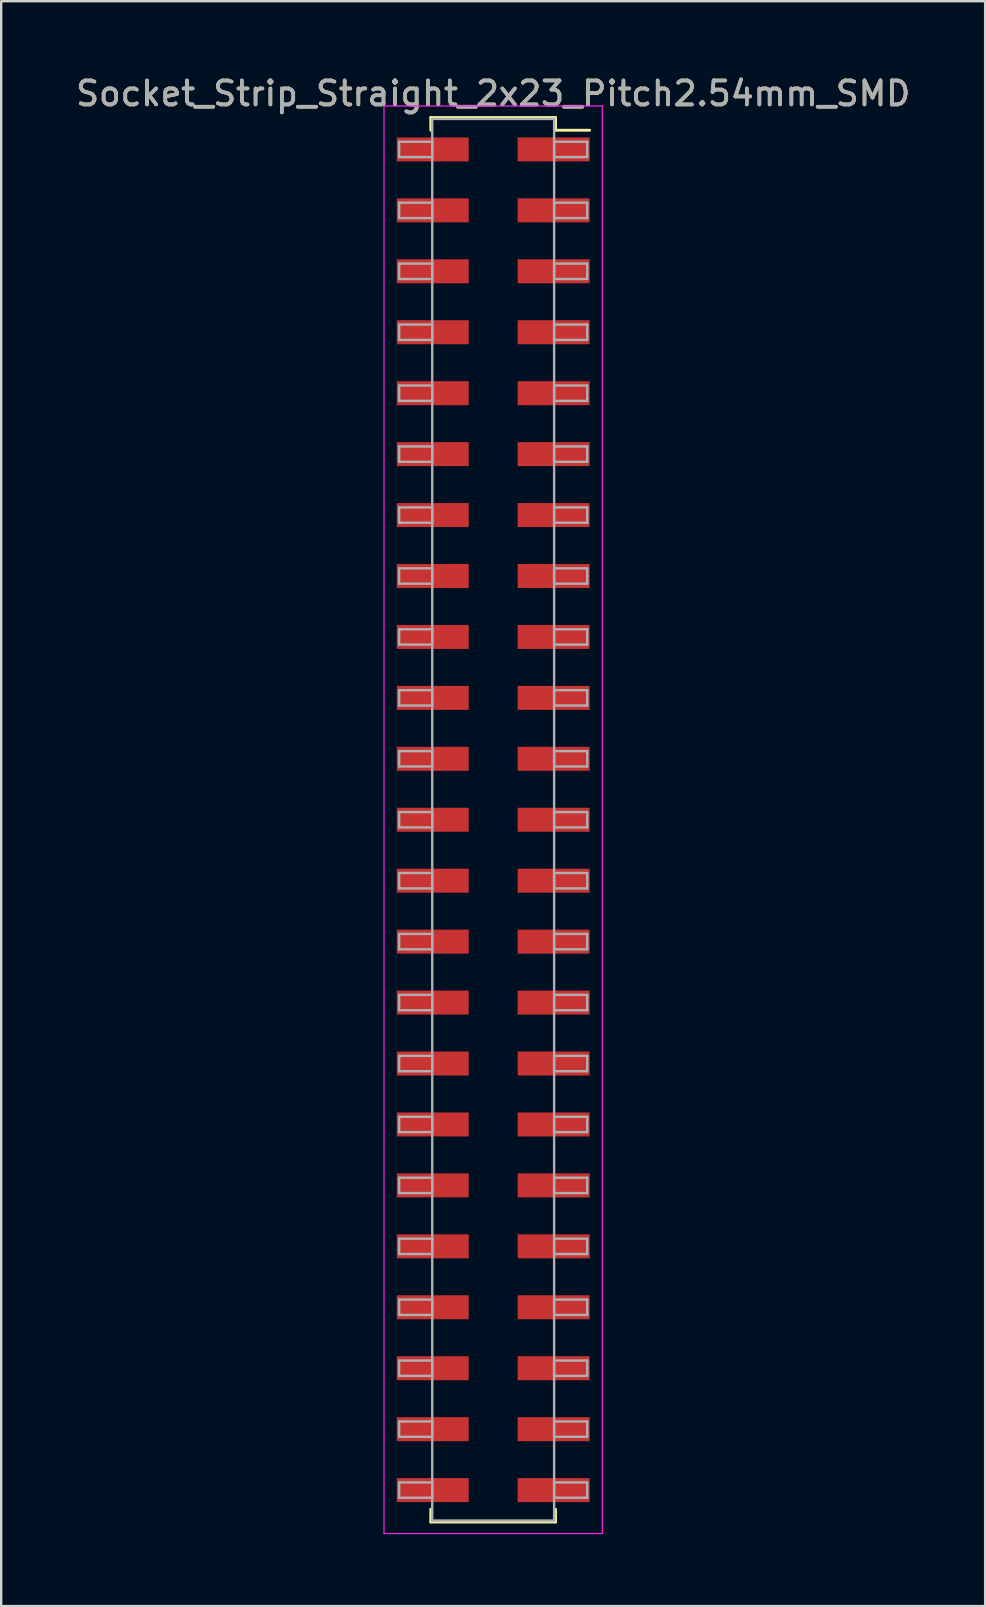
<source format=kicad_pcb>
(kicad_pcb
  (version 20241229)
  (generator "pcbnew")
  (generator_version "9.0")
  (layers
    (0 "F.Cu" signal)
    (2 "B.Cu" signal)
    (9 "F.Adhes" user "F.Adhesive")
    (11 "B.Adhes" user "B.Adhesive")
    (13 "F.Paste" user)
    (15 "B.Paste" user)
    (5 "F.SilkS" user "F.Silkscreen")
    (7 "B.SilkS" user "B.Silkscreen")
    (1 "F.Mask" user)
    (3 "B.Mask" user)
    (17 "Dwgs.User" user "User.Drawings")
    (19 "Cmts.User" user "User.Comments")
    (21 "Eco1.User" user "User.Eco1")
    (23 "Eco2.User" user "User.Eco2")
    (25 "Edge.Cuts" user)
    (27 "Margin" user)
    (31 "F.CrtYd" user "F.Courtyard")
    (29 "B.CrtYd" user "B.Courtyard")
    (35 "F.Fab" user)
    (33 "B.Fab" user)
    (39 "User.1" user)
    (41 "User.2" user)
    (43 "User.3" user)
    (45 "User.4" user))
  (footprint "Socket_Strip_Straight_2x23_Pitch2.54mm_SMD"
    (layer "F.Cu")
    (at 17.506 31.118)
    (property "Reference" "Socket_Strip_Straight_2x23_Pitch2.54mm_SMD" (at 0 -30.27 0) (layer "F.SilkS") (effects (font (size 1 1) (thickness 0.15))))
    (attr smd)
    (fp_line (start -2.6 -29.27) (end 2.6 -29.27) (stroke (width 0.12) (type solid)) (layer "F.SilkS"))
    (fp_line (start -2.6 -28.74) (end -2.6 -29.27) (stroke (width 0.12) (type solid)) (layer "F.SilkS"))
    (fp_line (start -2.6 28.74) (end -2.6 29.27) (stroke (width 0.12) (type solid)) (layer "F.SilkS"))
    (fp_line (start -2.6 29.27) (end 2.6 29.27) (stroke (width 0.12) (type solid)) (layer "F.SilkS"))
    (fp_line (start 2.6 -29.27) (end 2.6 -28.74) (stroke (width 0.12) (type solid)) (layer "F.SilkS"))
    (fp_line (start 2.6 29.27) (end 2.6 28.74) (stroke (width 0.12) (type solid)) (layer "F.SilkS"))
    (fp_line (start 4.02 -28.74) (end 2.6 -28.74) (stroke (width 0.12) (type solid)) (layer "F.SilkS"))
    (fp_line (start -4.55 -29.75) (end -4.55 29.75) (stroke (width 0.05) (type solid)) (layer "F.CrtYd"))
    (fp_line (start -4.55 29.75) (end 4.55 29.75) (stroke (width 0.05) (type solid)) (layer "F.CrtYd"))
    (fp_line (start 4.55 -29.75) (end -4.55 -29.75) (stroke (width 0.05) (type solid)) (layer "F.CrtYd"))
    (fp_line (start 4.55 29.75) (end 4.55 -29.75) (stroke (width 0.05) (type solid)) (layer "F.CrtYd"))
    (fp_line (start -3.92 -28.26) (end -2.54 -28.26) (stroke (width 0.1) (type solid)) (layer "F.Fab"))
    (fp_line (start -3.92 -27.62) (end -3.92 -28.26) (stroke (width 0.1) (type solid)) (layer "F.Fab"))
    (fp_line (start -3.92 -25.72) (end -2.54 -25.72) (stroke (width 0.1) (type solid)) (layer "F.Fab"))
    (fp_line (start -3.92 -25.08) (end -3.92 -25.72) (stroke (width 0.1) (type solid)) (layer "F.Fab"))
    (fp_line (start -3.92 -23.18) (end -2.54 -23.18) (stroke (width 0.1) (type solid)) (layer "F.Fab"))
    (fp_line (start -3.92 -22.54) (end -3.92 -23.18) (stroke (width 0.1) (type solid)) (layer "F.Fab"))
    (fp_line (start -3.92 -20.64) (end -2.54 -20.64) (stroke (width 0.1) (type solid)) (layer "F.Fab"))
    (fp_line (start -3.92 -20) (end -3.92 -20.64) (stroke (width 0.1) (type solid)) (layer "F.Fab"))
    (fp_line (start -3.92 -18.1) (end -2.54 -18.1) (stroke (width 0.1) (type solid)) (layer "F.Fab"))
    (fp_line (start -3.92 -17.46) (end -3.92 -18.1) (stroke (width 0.1) (type solid)) (layer "F.Fab"))
    (fp_line (start -3.92 -15.56) (end -2.54 -15.56) (stroke (width 0.1) (type solid)) (layer "F.Fab"))
    (fp_line (start -3.92 -14.92) (end -3.92 -15.56) (stroke (width 0.1) (type solid)) (layer "F.Fab"))
    (fp_line (start -3.92 -13.02) (end -2.54 -13.02) (stroke (width 0.1) (type solid)) (layer "F.Fab"))
    (fp_line (start -3.92 -12.38) (end -3.92 -13.02) (stroke (width 0.1) (type solid)) (layer "F.Fab"))
    (fp_line (start -3.92 -10.48) (end -2.54 -10.48) (stroke (width 0.1) (type solid)) (layer "F.Fab"))
    (fp_line (start -3.92 -9.84) (end -3.92 -10.48) (stroke (width 0.1) (type solid)) (layer "F.Fab"))
    (fp_line (start -3.92 -7.94) (end -2.54 -7.94) (stroke (width 0.1) (type solid)) (layer "F.Fab"))
    (fp_line (start -3.92 -7.3) (end -3.92 -7.94) (stroke (width 0.1) (type solid)) (layer "F.Fab"))
    (fp_line (start -3.92 -5.4) (end -2.54 -5.4) (stroke (width 0.1) (type solid)) (layer "F.Fab"))
    (fp_line (start -3.92 -4.76) (end -3.92 -5.4) (stroke (width 0.1) (type solid)) (layer "F.Fab"))
    (fp_line (start -3.92 -2.86) (end -2.54 -2.86) (stroke (width 0.1) (type solid)) (layer "F.Fab"))
    (fp_line (start -3.92 -2.22) (end -3.92 -2.86) (stroke (width 0.1) (type solid)) (layer "F.Fab"))
    (fp_line (start -3.92 -0.32) (end -2.54 -0.32) (stroke (width 0.1) (type solid)) (layer "F.Fab"))
    (fp_line (start -3.92 0.32) (end -3.92 -0.32) (stroke (width 0.1) (type solid)) (layer "F.Fab"))
    (fp_line (start -3.92 2.22) (end -2.54 2.22) (stroke (width 0.1) (type solid)) (layer "F.Fab"))
    (fp_line (start -3.92 2.86) (end -3.92 2.22) (stroke (width 0.1) (type solid)) (layer "F.Fab"))
    (fp_line (start -3.92 4.76) (end -2.54 4.76) (stroke (width 0.1) (type solid)) (layer "F.Fab"))
    (fp_line (start -3.92 5.4) (end -3.92 4.76) (stroke (width 0.1) (type solid)) (layer "F.Fab"))
    (fp_line (start -3.92 7.3) (end -2.54 7.3) (stroke (width 0.1) (type solid)) (layer "F.Fab"))
    (fp_line (start -3.92 7.94) (end -3.92 7.3) (stroke (width 0.1) (type solid)) (layer "F.Fab"))
    (fp_line (start -3.92 9.84) (end -2.54 9.84) (stroke (width 0.1) (type solid)) (layer "F.Fab"))
    (fp_line (start -3.92 10.48) (end -3.92 9.84) (stroke (width 0.1) (type solid)) (layer "F.Fab"))
    (fp_line (start -3.92 12.38) (end -2.54 12.38) (stroke (width 0.1) (type solid)) (layer "F.Fab"))
    (fp_line (start -3.92 13.02) (end -3.92 12.38) (stroke (width 0.1) (type solid)) (layer "F.Fab"))
    (fp_line (start -3.92 14.92) (end -2.54 14.92) (stroke (width 0.1) (type solid)) (layer "F.Fab"))
    (fp_line (start -3.92 15.56) (end -3.92 14.92) (stroke (width 0.1) (type solid)) (layer "F.Fab"))
    (fp_line (start -3.92 17.46) (end -2.54 17.46) (stroke (width 0.1) (type solid)) (layer "F.Fab"))
    (fp_line (start -3.92 18.1) (end -3.92 17.46) (stroke (width 0.1) (type solid)) (layer "F.Fab"))
    (fp_line (start -3.92 20) (end -2.54 20) (stroke (width 0.1) (type solid)) (layer "F.Fab"))
    (fp_line (start -3.92 20.64) (end -3.92 20) (stroke (width 0.1) (type solid)) (layer "F.Fab"))
    (fp_line (start -3.92 22.54) (end -2.54 22.54) (stroke (width 0.1) (type solid)) (layer "F.Fab"))
    (fp_line (start -3.92 23.18) (end -3.92 22.54) (stroke (width 0.1) (type solid)) (layer "F.Fab"))
    (fp_line (start -3.92 25.08) (end -2.54 25.08) (stroke (width 0.1) (type solid)) (layer "F.Fab"))
    (fp_line (start -3.92 25.72) (end -3.92 25.08) (stroke (width 0.1) (type solid)) (layer "F.Fab"))
    (fp_line (start -3.92 27.62) (end -2.54 27.62) (stroke (width 0.1) (type solid)) (layer "F.Fab"))
    (fp_line (start -3.92 28.26) (end -3.92 27.62) (stroke (width 0.1) (type solid)) (layer "F.Fab"))
    (fp_line (start -2.54 -29.21) (end -2.54 29.21) (stroke (width 0.1) (type solid)) (layer "F.Fab"))
    (fp_line (start -2.54 -28.26) (end -2.54 -27.62) (stroke (width 0.1) (type solid)) (layer "F.Fab"))
    (fp_line (start -2.54 -27.62) (end -3.92 -27.62) (stroke (width 0.1) (type solid)) (layer "F.Fab"))
    (fp_line (start -2.54 -25.72) (end -2.54 -25.08) (stroke (width 0.1) (type solid)) (layer "F.Fab"))
    (fp_line (start -2.54 -25.08) (end -3.92 -25.08) (stroke (width 0.1) (type solid)) (layer "F.Fab"))
    (fp_line (start -2.54 -23.18) (end -2.54 -22.54) (stroke (width 0.1) (type solid)) (layer "F.Fab"))
    (fp_line (start -2.54 -22.54) (end -3.92 -22.54) (stroke (width 0.1) (type solid)) (layer "F.Fab"))
    (fp_line (start -2.54 -20.64) (end -2.54 -20) (stroke (width 0.1) (type solid)) (layer "F.Fab"))
    (fp_line (start -2.54 -20) (end -3.92 -20) (stroke (width 0.1) (type solid)) (layer "F.Fab"))
    (fp_line (start -2.54 -18.1) (end -2.54 -17.46) (stroke (width 0.1) (type solid)) (layer "F.Fab"))
    (fp_line (start -2.54 -17.46) (end -3.92 -17.46) (stroke (width 0.1) (type solid)) (layer "F.Fab"))
    (fp_line (start -2.54 -15.56) (end -2.54 -14.92) (stroke (width 0.1) (type solid)) (layer "F.Fab"))
    (fp_line (start -2.54 -14.92) (end -3.92 -14.92) (stroke (width 0.1) (type solid)) (layer "F.Fab"))
    (fp_line (start -2.54 -13.02) (end -2.54 -12.38) (stroke (width 0.1) (type solid)) (layer "F.Fab"))
    (fp_line (start -2.54 -12.38) (end -3.92 -12.38) (stroke (width 0.1) (type solid)) (layer "F.Fab"))
    (fp_line (start -2.54 -10.48) (end -2.54 -9.84) (stroke (width 0.1) (type solid)) (layer "F.Fab"))
    (fp_line (start -2.54 -9.84) (end -3.92 -9.84) (stroke (width 0.1) (type solid)) (layer "F.Fab"))
    (fp_line (start -2.54 -7.94) (end -2.54 -7.3) (stroke (width 0.1) (type solid)) (layer "F.Fab"))
    (fp_line (start -2.54 -7.3) (end -3.92 -7.3) (stroke (width 0.1) (type solid)) (layer "F.Fab"))
    (fp_line (start -2.54 -5.4) (end -2.54 -4.76) (stroke (width 0.1) (type solid)) (layer "F.Fab"))
    (fp_line (start -2.54 -4.76) (end -3.92 -4.76) (stroke (width 0.1) (type solid)) (layer "F.Fab"))
    (fp_line (start -2.54 -2.86) (end -2.54 -2.22) (stroke (width 0.1) (type solid)) (layer "F.Fab"))
    (fp_line (start -2.54 -2.22) (end -3.92 -2.22) (stroke (width 0.1) (type solid)) (layer "F.Fab"))
    (fp_line (start -2.54 -0.32) (end -2.54 0.32) (stroke (width 0.1) (type solid)) (layer "F.Fab"))
    (fp_line (start -2.54 0.32) (end -3.92 0.32) (stroke (width 0.1) (type solid)) (layer "F.Fab"))
    (fp_line (start -2.54 2.22) (end -2.54 2.86) (stroke (width 0.1) (type solid)) (layer "F.Fab"))
    (fp_line (start -2.54 2.86) (end -3.92 2.86) (stroke (width 0.1) (type solid)) (layer "F.Fab"))
    (fp_line (start -2.54 4.76) (end -2.54 5.4) (stroke (width 0.1) (type solid)) (layer "F.Fab"))
    (fp_line (start -2.54 5.4) (end -3.92 5.4) (stroke (width 0.1) (type solid)) (layer "F.Fab"))
    (fp_line (start -2.54 7.3) (end -2.54 7.94) (stroke (width 0.1) (type solid)) (layer "F.Fab"))
    (fp_line (start -2.54 7.94) (end -3.92 7.94) (stroke (width 0.1) (type solid)) (layer "F.Fab"))
    (fp_line (start -2.54 9.84) (end -2.54 10.48) (stroke (width 0.1) (type solid)) (layer "F.Fab"))
    (fp_line (start -2.54 10.48) (end -3.92 10.48) (stroke (width 0.1) (type solid)) (layer "F.Fab"))
    (fp_line (start -2.54 12.38) (end -2.54 13.02) (stroke (width 0.1) (type solid)) (layer "F.Fab"))
    (fp_line (start -2.54 13.02) (end -3.92 13.02) (stroke (width 0.1) (type solid)) (layer "F.Fab"))
    (fp_line (start -2.54 14.92) (end -2.54 15.56) (stroke (width 0.1) (type solid)) (layer "F.Fab"))
    (fp_line (start -2.54 15.56) (end -3.92 15.56) (stroke (width 0.1) (type solid)) (layer "F.Fab"))
    (fp_line (start -2.54 17.46) (end -2.54 18.1) (stroke (width 0.1) (type solid)) (layer "F.Fab"))
    (fp_line (start -2.54 18.1) (end -3.92 18.1) (stroke (width 0.1) (type solid)) (layer "F.Fab"))
    (fp_line (start -2.54 20) (end -2.54 20.64) (stroke (width 0.1) (type solid)) (layer "F.Fab"))
    (fp_line (start -2.54 20.64) (end -3.92 20.64) (stroke (width 0.1) (type solid)) (layer "F.Fab"))
    (fp_line (start -2.54 22.54) (end -2.54 23.18) (stroke (width 0.1) (type solid)) (layer "F.Fab"))
    (fp_line (start -2.54 23.18) (end -3.92 23.18) (stroke (width 0.1) (type solid)) (layer "F.Fab"))
    (fp_line (start -2.54 25.08) (end -2.54 25.72) (stroke (width 0.1) (type solid)) (layer "F.Fab"))
    (fp_line (start -2.54 25.72) (end -3.92 25.72) (stroke (width 0.1) (type solid)) (layer "F.Fab"))
    (fp_line (start -2.54 27.62) (end -2.54 28.26) (stroke (width 0.1) (type solid)) (layer "F.Fab"))
    (fp_line (start -2.54 28.26) (end -3.92 28.26) (stroke (width 0.1) (type solid)) (layer "F.Fab"))
    (fp_line (start -2.54 29.21) (end 2.54 29.21) (stroke (width 0.1) (type solid)) (layer "F.Fab"))
    (fp_line (start 2.54 -29.21) (end -2.54 -29.21) (stroke (width 0.1) (type solid)) (layer "F.Fab"))
    (fp_line (start 2.54 -28.26) (end 2.54 -27.62) (stroke (width 0.1) (type solid)) (layer "F.Fab"))
    (fp_line (start 2.54 -27.62) (end 3.92 -27.62) (stroke (width 0.1) (type solid)) (layer "F.Fab"))
    (fp_line (start 2.54 -25.72) (end 2.54 -25.08) (stroke (width 0.1) (type solid)) (layer "F.Fab"))
    (fp_line (start 2.54 -25.08) (end 3.92 -25.08) (stroke (width 0.1) (type solid)) (layer "F.Fab"))
    (fp_line (start 2.54 -23.18) (end 2.54 -22.54) (stroke (width 0.1) (type solid)) (layer "F.Fab"))
    (fp_line (start 2.54 -22.54) (end 3.92 -22.54) (stroke (width 0.1) (type solid)) (layer "F.Fab"))
    (fp_line (start 2.54 -20.64) (end 2.54 -20) (stroke (width 0.1) (type solid)) (layer "F.Fab"))
    (fp_line (start 2.54 -20) (end 3.92 -20) (stroke (width 0.1) (type solid)) (layer "F.Fab"))
    (fp_line (start 2.54 -18.1) (end 2.54 -17.46) (stroke (width 0.1) (type solid)) (layer "F.Fab"))
    (fp_line (start 2.54 -17.46) (end 3.92 -17.46) (stroke (width 0.1) (type solid)) (layer "F.Fab"))
    (fp_line (start 2.54 -15.56) (end 2.54 -14.92) (stroke (width 0.1) (type solid)) (layer "F.Fab"))
    (fp_line (start 2.54 -14.92) (end 3.92 -14.92) (stroke (width 0.1) (type solid)) (layer "F.Fab"))
    (fp_line (start 2.54 -13.02) (end 2.54 -12.38) (stroke (width 0.1) (type solid)) (layer "F.Fab"))
    (fp_line (start 2.54 -12.38) (end 3.92 -12.38) (stroke (width 0.1) (type solid)) (layer "F.Fab"))
    (fp_line (start 2.54 -10.48) (end 2.54 -9.84) (stroke (width 0.1) (type solid)) (layer "F.Fab"))
    (fp_line (start 2.54 -9.84) (end 3.92 -9.84) (stroke (width 0.1) (type solid)) (layer "F.Fab"))
    (fp_line (start 2.54 -7.94) (end 2.54 -7.3) (stroke (width 0.1) (type solid)) (layer "F.Fab"))
    (fp_line (start 2.54 -7.3) (end 3.92 -7.3) (stroke (width 0.1) (type solid)) (layer "F.Fab"))
    (fp_line (start 2.54 -5.4) (end 2.54 -4.76) (stroke (width 0.1) (type solid)) (layer "F.Fab"))
    (fp_line (start 2.54 -4.76) (end 3.92 -4.76) (stroke (width 0.1) (type solid)) (layer "F.Fab"))
    (fp_line (start 2.54 -2.86) (end 2.54 -2.22) (stroke (width 0.1) (type solid)) (layer "F.Fab"))
    (fp_line (start 2.54 -2.22) (end 3.92 -2.22) (stroke (width 0.1) (type solid)) (layer "F.Fab"))
    (fp_line (start 2.54 -0.32) (end 2.54 0.32) (stroke (width 0.1) (type solid)) (layer "F.Fab"))
    (fp_line (start 2.54 0.32) (end 3.92 0.32) (stroke (width 0.1) (type solid)) (layer "F.Fab"))
    (fp_line (start 2.54 2.22) (end 2.54 2.86) (stroke (width 0.1) (type solid)) (layer "F.Fab"))
    (fp_line (start 2.54 2.86) (end 3.92 2.86) (stroke (width 0.1) (type solid)) (layer "F.Fab"))
    (fp_line (start 2.54 4.76) (end 2.54 5.4) (stroke (width 0.1) (type solid)) (layer "F.Fab"))
    (fp_line (start 2.54 5.4) (end 3.92 5.4) (stroke (width 0.1) (type solid)) (layer "F.Fab"))
    (fp_line (start 2.54 7.3) (end 2.54 7.94) (stroke (width 0.1) (type solid)) (layer "F.Fab"))
    (fp_line (start 2.54 7.94) (end 3.92 7.94) (stroke (width 0.1) (type solid)) (layer "F.Fab"))
    (fp_line (start 2.54 9.84) (end 2.54 10.48) (stroke (width 0.1) (type solid)) (layer "F.Fab"))
    (fp_line (start 2.54 10.48) (end 3.92 10.48) (stroke (width 0.1) (type solid)) (layer "F.Fab"))
    (fp_line (start 2.54 12.38) (end 2.54 13.02) (stroke (width 0.1) (type solid)) (layer "F.Fab"))
    (fp_line (start 2.54 13.02) (end 3.92 13.02) (stroke (width 0.1) (type solid)) (layer "F.Fab"))
    (fp_line (start 2.54 14.92) (end 2.54 15.56) (stroke (width 0.1) (type solid)) (layer "F.Fab"))
    (fp_line (start 2.54 15.56) (end 3.92 15.56) (stroke (width 0.1) (type solid)) (layer "F.Fab"))
    (fp_line (start 2.54 17.46) (end 2.54 18.1) (stroke (width 0.1) (type solid)) (layer "F.Fab"))
    (fp_line (start 2.54 18.1) (end 3.92 18.1) (stroke (width 0.1) (type solid)) (layer "F.Fab"))
    (fp_line (start 2.54 20) (end 2.54 20.64) (stroke (width 0.1) (type solid)) (layer "F.Fab"))
    (fp_line (start 2.54 20.64) (end 3.92 20.64) (stroke (width 0.1) (type solid)) (layer "F.Fab"))
    (fp_line (start 2.54 22.54) (end 2.54 23.18) (stroke (width 0.1) (type solid)) (layer "F.Fab"))
    (fp_line (start 2.54 23.18) (end 3.92 23.18) (stroke (width 0.1) (type solid)) (layer "F.Fab"))
    (fp_line (start 2.54 25.08) (end 2.54 25.72) (stroke (width 0.1) (type solid)) (layer "F.Fab"))
    (fp_line (start 2.54 25.72) (end 3.92 25.72) (stroke (width 0.1) (type solid)) (layer "F.Fab"))
    (fp_line (start 2.54 27.62) (end 2.54 28.26) (stroke (width 0.1) (type solid)) (layer "F.Fab"))
    (fp_line (start 2.54 28.26) (end 3.92 28.26) (stroke (width 0.1) (type solid)) (layer "F.Fab"))
    (fp_line (start 2.54 29.21) (end 2.54 -29.21) (stroke (width 0.1) (type solid)) (layer "F.Fab"))
    (fp_line (start 3.92 -28.26) (end 2.54 -28.26) (stroke (width 0.1) (type solid)) (layer "F.Fab"))
    (fp_line (start 3.92 -27.62) (end 3.92 -28.26) (stroke (width 0.1) (type solid)) (layer "F.Fab"))
    (fp_line (start 3.92 -25.72) (end 2.54 -25.72) (stroke (width 0.1) (type solid)) (layer "F.Fab"))
    (fp_line (start 3.92 -25.08) (end 3.92 -25.72) (stroke (width 0.1) (type solid)) (layer "F.Fab"))
    (fp_line (start 3.92 -23.18) (end 2.54 -23.18) (stroke (width 0.1) (type solid)) (layer "F.Fab"))
    (fp_line (start 3.92 -22.54) (end 3.92 -23.18) (stroke (width 0.1) (type solid)) (layer "F.Fab"))
    (fp_line (start 3.92 -20.64) (end 2.54 -20.64) (stroke (width 0.1) (type solid)) (layer "F.Fab"))
    (fp_line (start 3.92 -20) (end 3.92 -20.64) (stroke (width 0.1) (type solid)) (layer "F.Fab"))
    (fp_line (start 3.92 -18.1) (end 2.54 -18.1) (stroke (width 0.1) (type solid)) (layer "F.Fab"))
    (fp_line (start 3.92 -17.46) (end 3.92 -18.1) (stroke (width 0.1) (type solid)) (layer "F.Fab"))
    (fp_line (start 3.92 -15.56) (end 2.54 -15.56) (stroke (width 0.1) (type solid)) (layer "F.Fab"))
    (fp_line (start 3.92 -14.92) (end 3.92 -15.56) (stroke (width 0.1) (type solid)) (layer "F.Fab"))
    (fp_line (start 3.92 -13.02) (end 2.54 -13.02) (stroke (width 0.1) (type solid)) (layer "F.Fab"))
    (fp_line (start 3.92 -12.38) (end 3.92 -13.02) (stroke (width 0.1) (type solid)) (layer "F.Fab"))
    (fp_line (start 3.92 -10.48) (end 2.54 -10.48) (stroke (width 0.1) (type solid)) (layer "F.Fab"))
    (fp_line (start 3.92 -9.84) (end 3.92 -10.48) (stroke (width 0.1) (type solid)) (layer "F.Fab"))
    (fp_line (start 3.92 -7.94) (end 2.54 -7.94) (stroke (width 0.1) (type solid)) (layer "F.Fab"))
    (fp_line (start 3.92 -7.3) (end 3.92 -7.94) (stroke (width 0.1) (type solid)) (layer "F.Fab"))
    (fp_line (start 3.92 -5.4) (end 2.54 -5.4) (stroke (width 0.1) (type solid)) (layer "F.Fab"))
    (fp_line (start 3.92 -4.76) (end 3.92 -5.4) (stroke (width 0.1) (type solid)) (layer "F.Fab"))
    (fp_line (start 3.92 -2.86) (end 2.54 -2.86) (stroke (width 0.1) (type solid)) (layer "F.Fab"))
    (fp_line (start 3.92 -2.22) (end 3.92 -2.86) (stroke (width 0.1) (type solid)) (layer "F.Fab"))
    (fp_line (start 3.92 -0.32) (end 2.54 -0.32) (stroke (width 0.1) (type solid)) (layer "F.Fab"))
    (fp_line (start 3.92 0.32) (end 3.92 -0.32) (stroke (width 0.1) (type solid)) (layer "F.Fab"))
    (fp_line (start 3.92 2.22) (end 2.54 2.22) (stroke (width 0.1) (type solid)) (layer "F.Fab"))
    (fp_line (start 3.92 2.86) (end 3.92 2.22) (stroke (width 0.1) (type solid)) (layer "F.Fab"))
    (fp_line (start 3.92 4.76) (end 2.54 4.76) (stroke (width 0.1) (type solid)) (layer "F.Fab"))
    (fp_line (start 3.92 5.4) (end 3.92 4.76) (stroke (width 0.1) (type solid)) (layer "F.Fab"))
    (fp_line (start 3.92 7.3) (end 2.54 7.3) (stroke (width 0.1) (type solid)) (layer "F.Fab"))
    (fp_line (start 3.92 7.94) (end 3.92 7.3) (stroke (width 0.1) (type solid)) (layer "F.Fab"))
    (fp_line (start 3.92 9.84) (end 2.54 9.84) (stroke (width 0.1) (type solid)) (layer "F.Fab"))
    (fp_line (start 3.92 10.48) (end 3.92 9.84) (stroke (width 0.1) (type solid)) (layer "F.Fab"))
    (fp_line (start 3.92 12.38) (end 2.54 12.38) (stroke (width 0.1) (type solid)) (layer "F.Fab"))
    (fp_line (start 3.92 13.02) (end 3.92 12.38) (stroke (width 0.1) (type solid)) (layer "F.Fab"))
    (fp_line (start 3.92 14.92) (end 2.54 14.92) (stroke (width 0.1) (type solid)) (layer "F.Fab"))
    (fp_line (start 3.92 15.56) (end 3.92 14.92) (stroke (width 0.1) (type solid)) (layer "F.Fab"))
    (fp_line (start 3.92 17.46) (end 2.54 17.46) (stroke (width 0.1) (type solid)) (layer "F.Fab"))
    (fp_line (start 3.92 18.1) (end 3.92 17.46) (stroke (width 0.1) (type solid)) (layer "F.Fab"))
    (fp_line (start 3.92 20) (end 2.54 20) (stroke (width 0.1) (type solid)) (layer "F.Fab"))
    (fp_line (start 3.92 20.64) (end 3.92 20) (stroke (width 0.1) (type solid)) (layer "F.Fab"))
    (fp_line (start 3.92 22.54) (end 2.54 22.54) (stroke (width 0.1) (type solid)) (layer "F.Fab"))
    (fp_line (start 3.92 23.18) (end 3.92 22.54) (stroke (width 0.1) (type solid)) (layer "F.Fab"))
    (fp_line (start 3.92 25.08) (end 2.54 25.08) (stroke (width 0.1) (type solid)) (layer "F.Fab"))
    (fp_line (start 3.92 25.72) (end 3.92 25.08) (stroke (width 0.1) (type solid)) (layer "F.Fab"))
    (fp_line (start 3.92 27.62) (end 2.54 27.62) (stroke (width 0.1) (type solid)) (layer "F.Fab"))
    (fp_line (start 3.92 28.26) (end 3.92 27.62) (stroke (width 0.1) (type solid)) (layer "F.Fab"))
    (fp_text user "${REFERENCE}" (at 0 -30.27 0) (layer "F.Fab") (effects (font (size 1 1) (thickness 0.15))))
    (pad "1" smd rect (at 2.52 -27.94) (size 3 1) (layers "F.Cu" "F.Mask" "F.Paste"))
    (pad "2" smd rect (at -2.52 -27.94) (size 3 1) (layers "F.Cu" "F.Mask" "F.Paste"))
    (pad "3" smd rect (at 2.52 -25.4) (size 3 1) (layers "F.Cu" "F.Mask" "F.Paste"))
    (pad "4" smd rect (at -2.52 -25.4) (size 3 1) (layers "F.Cu" "F.Mask" "F.Paste"))
    (pad "5" smd rect (at 2.52 -22.86) (size 3 1) (layers "F.Cu" "F.Mask" "F.Paste"))
    (pad "6" smd rect (at -2.52 -22.86) (size 3 1) (layers "F.Cu" "F.Mask" "F.Paste"))
    (pad "7" smd rect (at 2.52 -20.32) (size 3 1) (layers "F.Cu" "F.Mask" "F.Paste"))
    (pad "8" smd rect (at -2.52 -20.32) (size 3 1) (layers "F.Cu" "F.Mask" "F.Paste"))
    (pad "9" smd rect (at 2.52 -17.78) (size 3 1) (layers "F.Cu" "F.Mask" "F.Paste"))
    (pad "10" smd rect (at -2.52 -17.78) (size 3 1) (layers "F.Cu" "F.Mask" "F.Paste"))
    (pad "11" smd rect (at 2.52 -15.24) (size 3 1) (layers "F.Cu" "F.Mask" "F.Paste"))
    (pad "12" smd rect (at -2.52 -15.24) (size 3 1) (layers "F.Cu" "F.Mask" "F.Paste"))
    (pad "13" smd rect (at 2.52 -12.7) (size 3 1) (layers "F.Cu" "F.Mask" "F.Paste"))
    (pad "14" smd rect (at -2.52 -12.7) (size 3 1) (layers "F.Cu" "F.Mask" "F.Paste"))
    (pad "15" smd rect (at 2.52 -10.16) (size 3 1) (layers "F.Cu" "F.Mask" "F.Paste"))
    (pad "16" smd rect (at -2.52 -10.16) (size 3 1) (layers "F.Cu" "F.Mask" "F.Paste"))
    (pad "17" smd rect (at 2.52 -7.62) (size 3 1) (layers "F.Cu" "F.Mask" "F.Paste"))
    (pad "18" smd rect (at -2.52 -7.62) (size 3 1) (layers "F.Cu" "F.Mask" "F.Paste"))
    (pad "19" smd rect (at 2.52 -5.08) (size 3 1) (layers "F.Cu" "F.Mask" "F.Paste"))
    (pad "20" smd rect (at -2.52 -5.08) (size 3 1) (layers "F.Cu" "F.Mask" "F.Paste"))
    (pad "21" smd rect (at 2.52 -2.54) (size 3 1) (layers "F.Cu" "F.Mask" "F.Paste"))
    (pad "22" smd rect (at -2.52 -2.54) (size 3 1) (layers "F.Cu" "F.Mask" "F.Paste"))
    (pad "23" smd rect (at 2.52 0) (size 3 1) (layers "F.Cu" "F.Mask" "F.Paste"))
    (pad "24" smd rect (at -2.52 0) (size 3 1) (layers "F.Cu" "F.Mask" "F.Paste"))
    (pad "25" smd rect (at 2.52 2.54) (size 3 1) (layers "F.Cu" "F.Mask" "F.Paste"))
    (pad "26" smd rect (at -2.52 2.54) (size 3 1) (layers "F.Cu" "F.Mask" "F.Paste"))
    (pad "27" smd rect (at 2.52 5.08) (size 3 1) (layers "F.Cu" "F.Mask" "F.Paste"))
    (pad "28" smd rect (at -2.52 5.08) (size 3 1) (layers "F.Cu" "F.Mask" "F.Paste"))
    (pad "29" smd rect (at 2.52 7.62) (size 3 1) (layers "F.Cu" "F.Mask" "F.Paste"))
    (pad "30" smd rect (at -2.52 7.62) (size 3 1) (layers "F.Cu" "F.Mask" "F.Paste"))
    (pad "31" smd rect (at 2.52 10.16) (size 3 1) (layers "F.Cu" "F.Mask" "F.Paste"))
    (pad "32" smd rect (at -2.52 10.16) (size 3 1) (layers "F.Cu" "F.Mask" "F.Paste"))
    (pad "33" smd rect (at 2.52 12.7) (size 3 1) (layers "F.Cu" "F.Mask" "F.Paste"))
    (pad "34" smd rect (at -2.52 12.7) (size 3 1) (layers "F.Cu" "F.Mask" "F.Paste"))
    (pad "35" smd rect (at 2.52 15.24) (size 3 1) (layers "F.Cu" "F.Mask" "F.Paste"))
    (pad "36" smd rect (at -2.52 15.24) (size 3 1) (layers "F.Cu" "F.Mask" "F.Paste"))
    (pad "37" smd rect (at 2.52 17.78) (size 3 1) (layers "F.Cu" "F.Mask" "F.Paste"))
    (pad "38" smd rect (at -2.52 17.78) (size 3 1) (layers "F.Cu" "F.Mask" "F.Paste"))
    (pad "39" smd rect (at 2.52 20.32) (size 3 1) (layers "F.Cu" "F.Mask" "F.Paste"))
    (pad "40" smd rect (at -2.52 20.32) (size 3 1) (layers "F.Cu" "F.Mask" "F.Paste"))
    (pad "41" smd rect (at 2.52 22.86) (size 3 1) (layers "F.Cu" "F.Mask" "F.Paste"))
    (pad "42" smd rect (at -2.52 22.86) (size 3 1) (layers "F.Cu" "F.Mask" "F.Paste"))
    (pad "43" smd rect (at 2.52 25.4) (size 3 1) (layers "F.Cu" "F.Mask" "F.Paste"))
    (pad "44" smd rect (at -2.52 25.4) (size 3 1) (layers "F.Cu" "F.Mask" "F.Paste"))
    (pad "45" smd rect (at 2.52 27.94) (size 3 1) (layers "F.Cu" "F.Mask" "F.Paste"))
    (pad "46" smd rect (at -2.52 27.94) (size 3 1) (layers "F.Cu" "F.Mask" "F.Paste")))
  (gr_rect
    (start -3 -3)
    (end 38.012 63.893)
    (stroke (width 0.1) (type default))
    (fill no)
    (layer "Edge.Cuts")))
</source>
